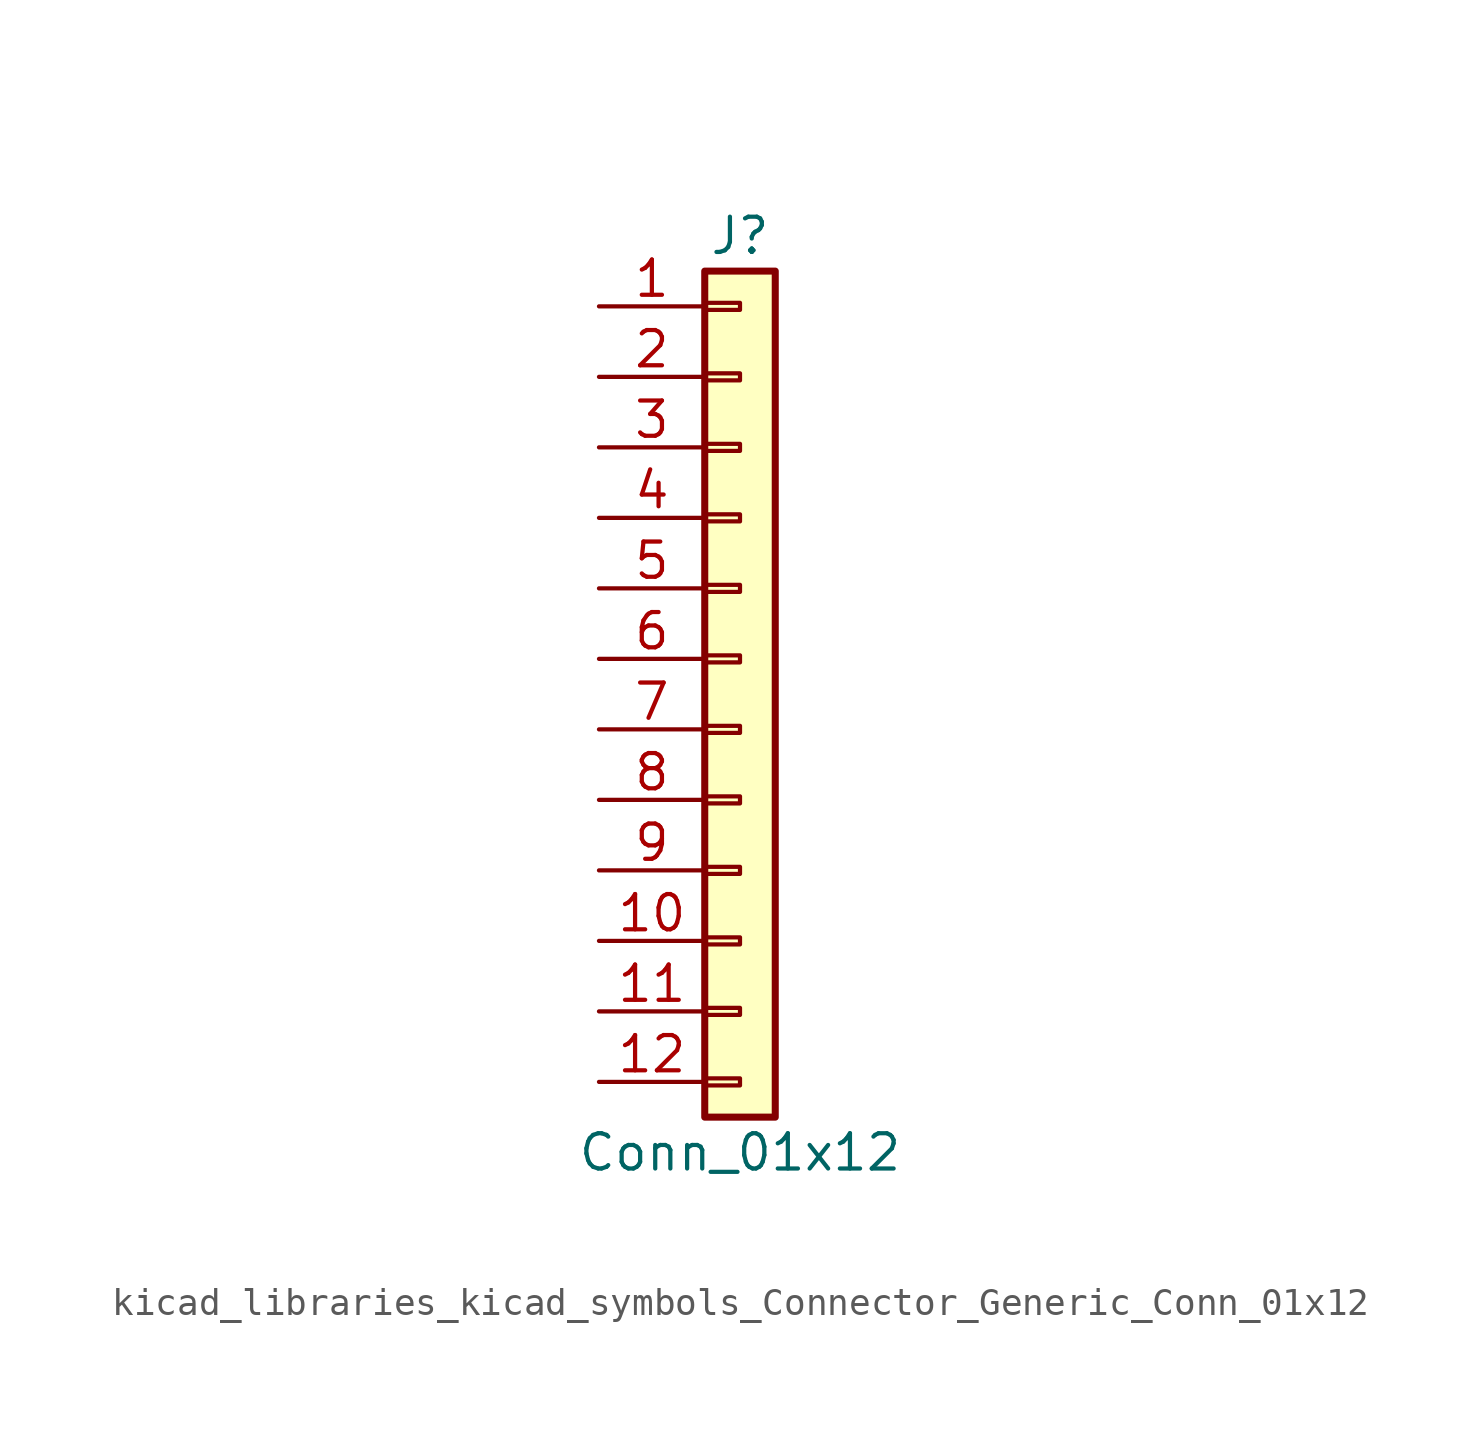
<source format=kicad_sym>
(kicad_symbol_lib
  (version 20220914)
  (generator kicad_symbol_editor)
  (symbol "kicad_libraries_kicad_symbols_Connector_Generic_Conn_01x12"
    (pin_names
      (offset 1.016) hide)
    (property "Reference" "J"
      (at 0 15.24 0)
      (effects (font (size 1.27 1.27))))
    (property "Value" "Conn_01x12"
      (at 0 -17.78 0)
      (effects (font (size 1.27 1.27))))
    (symbol "kicad_libraries_kicad_symbols_Connector_Generic_Conn_01x12_1_1"
      (rectangle (start -1.27 -15.113) (end 0 -15.367) (stroke (width 0.152) (type default)) (fill (type none)))
      (rectangle (start -1.27 -12.573) (end 0 -12.827) (stroke (width 0.152) (type default)) (fill (type none)))
      (rectangle (start -1.27 -10.033) (end 0 -10.287) (stroke (width 0.152) (type default)) (fill (type none)))
      (rectangle (start -1.27 -7.493) (end 0 -7.747) (stroke (width 0.152) (type default)) (fill (type none)))
      (rectangle (start -1.27 -4.953) (end 0 -5.207) (stroke (width 0.152) (type default)) (fill (type none)))
      (rectangle (start -1.27 -2.413) (end 0 -2.667) (stroke (width 0.152) (type default)) (fill (type none)))
      (rectangle (start -1.27 0.127) (end 0 -0.127) (stroke (width 0.152) (type default)) (fill (type none)))
      (rectangle (start -1.27 2.667) (end 0 2.413) (stroke (width 0.152) (type default)) (fill (type none)))
      (rectangle (start -1.27 5.207) (end 0 4.953) (stroke (width 0.152) (type default)) (fill (type none)))
      (rectangle (start -1.27 7.747) (end 0 7.493) (stroke (width 0.152) (type default)) (fill (type none)))
      (rectangle (start -1.27 10.287) (end 0 10.033) (stroke (width 0.152) (type default)) (fill (type none)))
      (rectangle (start -1.27 12.827) (end 0 12.573) (stroke (width 0.152) (type default)) (fill (type none)))
      (rectangle (start -1.27 13.97) (end 1.27 -16.51) (stroke (width 0.254) (type default)) (fill (type background)))
      (pin passive line (at -5.08 12.7 0) (length 3.81) (name "Pin_1" (effects (font (size 1.27 1.27)))) (number "1" (effects (font (size 1.27 1.27)))))
      (pin passive line (at -5.08 -10.16 0) (length 3.81) (name "Pin_10" (effects (font (size 1.27 1.27)))) (number "10" (effects (font (size 1.27 1.27)))))
      (pin passive line (at -5.08 -12.7 0) (length 3.81) (name "Pin_11" (effects (font (size 1.27 1.27)))) (number "11" (effects (font (size 1.27 1.27)))))
      (pin passive line (at -5.08 -15.24 0) (length 3.81) (name "Pin_12" (effects (font (size 1.27 1.27)))) (number "12" (effects (font (size 1.27 1.27)))))
      (pin passive line (at -5.08 10.16 0) (length 3.81) (name "Pin_2" (effects (font (size 1.27 1.27)))) (number "2" (effects (font (size 1.27 1.27)))))
      (pin passive line (at -5.08 7.62 0) (length 3.81) (name "Pin_3" (effects (font (size 1.27 1.27)))) (number "3" (effects (font (size 1.27 1.27)))))
      (pin passive line (at -5.08 5.08 0) (length 3.81) (name "Pin_4" (effects (font (size 1.27 1.27)))) (number "4" (effects (font (size 1.27 1.27)))))
      (pin passive line (at -5.08 2.54 0) (length 3.81) (name "Pin_5" (effects (font (size 1.27 1.27)))) (number "5" (effects (font (size 1.27 1.27)))))
      (pin passive line (at -5.08 0 0) (length 3.81) (name "Pin_6" (effects (font (size 1.27 1.27)))) (number "6" (effects (font (size 1.27 1.27)))))
      (pin passive line (at -5.08 -2.54 0) (length 3.81) (name "Pin_7" (effects (font (size 1.27 1.27)))) (number "7" (effects (font (size 1.27 1.27)))))
      (pin passive line (at -5.08 -5.08 0) (length 3.81) (name "Pin_8" (effects (font (size 1.27 1.27)))) (number "8" (effects (font (size 1.27 1.27)))))
      (pin passive line (at -5.08 -7.62 0) (length 3.81) (name "Pin_9" (effects (font (size 1.27 1.27)))) (number "9" (effects (font (size 1.27 1.27))))))))
</source>
